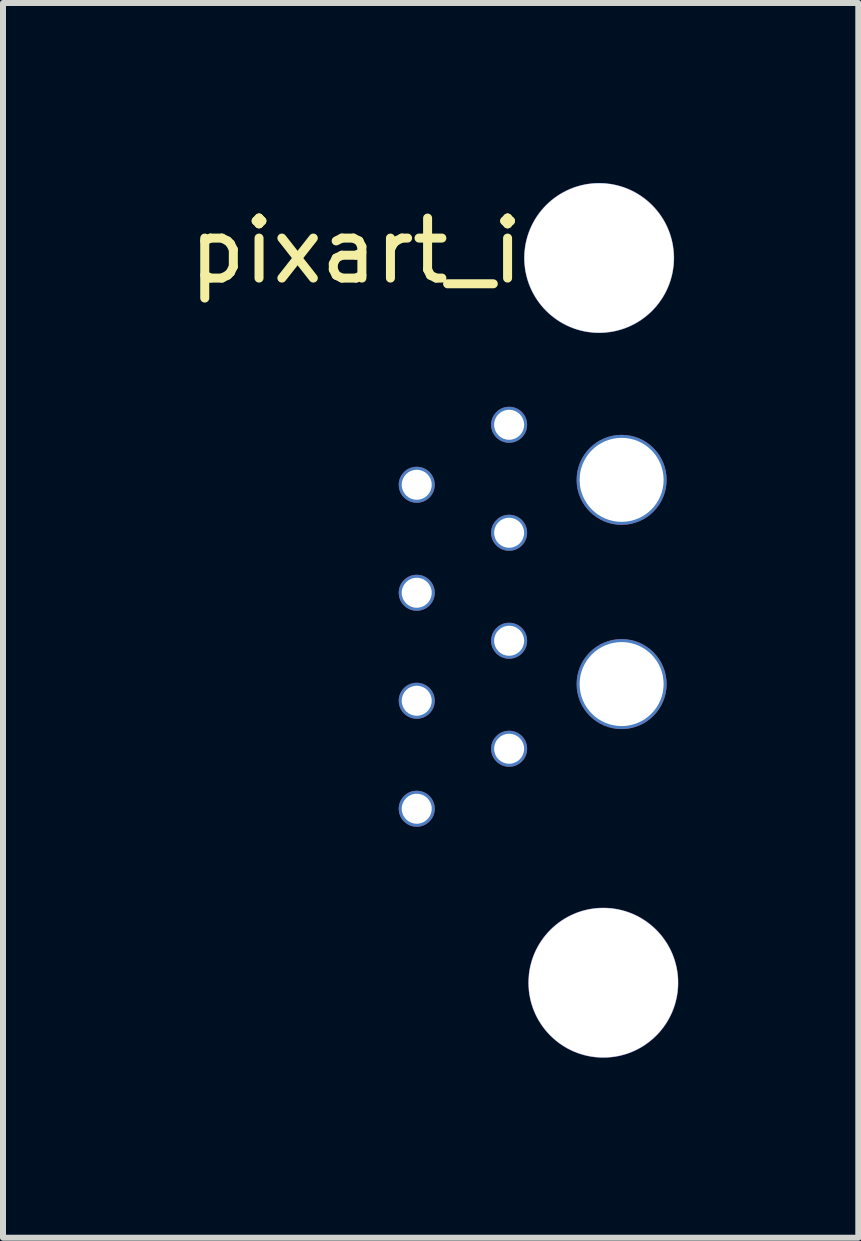
<source format=kicad_pcb>
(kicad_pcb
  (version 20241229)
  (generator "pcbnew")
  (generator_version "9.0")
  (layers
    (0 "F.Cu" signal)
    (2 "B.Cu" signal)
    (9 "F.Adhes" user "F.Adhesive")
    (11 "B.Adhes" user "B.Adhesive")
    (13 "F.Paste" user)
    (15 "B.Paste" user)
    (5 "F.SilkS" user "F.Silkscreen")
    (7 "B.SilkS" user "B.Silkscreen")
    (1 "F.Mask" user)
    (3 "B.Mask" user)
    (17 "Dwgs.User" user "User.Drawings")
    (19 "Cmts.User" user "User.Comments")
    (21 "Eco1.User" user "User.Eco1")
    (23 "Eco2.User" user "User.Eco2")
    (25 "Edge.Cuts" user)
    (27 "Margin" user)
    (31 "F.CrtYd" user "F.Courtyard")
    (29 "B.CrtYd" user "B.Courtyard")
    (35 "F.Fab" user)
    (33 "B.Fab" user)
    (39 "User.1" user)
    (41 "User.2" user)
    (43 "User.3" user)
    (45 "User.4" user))
  (footprint "pixart_ir"
    (layer "F.Cu")
    (at 3.196 0.63)
    (property "Reference" "pixart_ir" (at 0 0.5 0) (layer "F.SilkS") (effects (font (size 1 1) (thickness 0.15))))
    (attr through_hole)
    (pad "1" thru_hole circle (at 2.24 3.4) (size 0.6 0.6) (drill 0.5) (layers "*.Cu" "*.Mask"))
    (pad "2" thru_hole circle (at 0.7 4.4) (size 0.6 0.6) (drill 0.5) (layers "*.Cu" "*.Mask"))
    (pad "3" thru_hole circle (at 2.24 5.2) (size 0.6 0.6) (drill 0.5) (layers "*.Cu" "*.Mask"))
    (pad "4" thru_hole circle (at 0.7 6.2) (size 0.6 0.6) (drill 0.5) (layers "*.Cu" "*.Mask"))
    (pad "5" thru_hole circle (at 2.24 7) (size 0.6 0.6) (drill 0.5) (layers "*.Cu" "*.Mask"))
    (pad "6" thru_hole circle (at 0.7 8) (size 0.6 0.6) (drill 0.5) (layers "*.Cu" "*.Mask"))
    (pad "7" thru_hole circle (at 2.24 8.8) (size 0.6 0.6) (drill 0.5) (layers "*.Cu" "*.Mask"))
    (pad "8" thru_hole circle (at 0.7 9.8) (size 0.6 0.6) (drill 0.5) (layers "*.Cu" "*.Mask"))
    (pad "9" thru_hole circle (at 3.74 0.62) (size 2.5 2.5) (drill 2.49) (layers "*.Cu" "*.Mask"))
    (pad "9" thru_hole circle (at 3.81 12.7) (size 2.5 2.5) (drill 2.49) (layers "*.Cu" "*.Mask"))
    (pad "9" thru_hole circle (at 4.115 4.318) (size 1.5 1.5) (drill 1.4) (layers "*.Mask" "B.Cu"))
    (pad "9" thru_hole circle (at 4.115 7.722) (size 1.5 1.5) (drill 1.4) (layers "*.Mask" "B.Cu")))
  (gr_rect
    (start -3 -3)
    (end 11.256 17.58)
    (stroke (width 0.1) (type default))
    (fill no)
    (layer "Edge.Cuts")))
</source>
